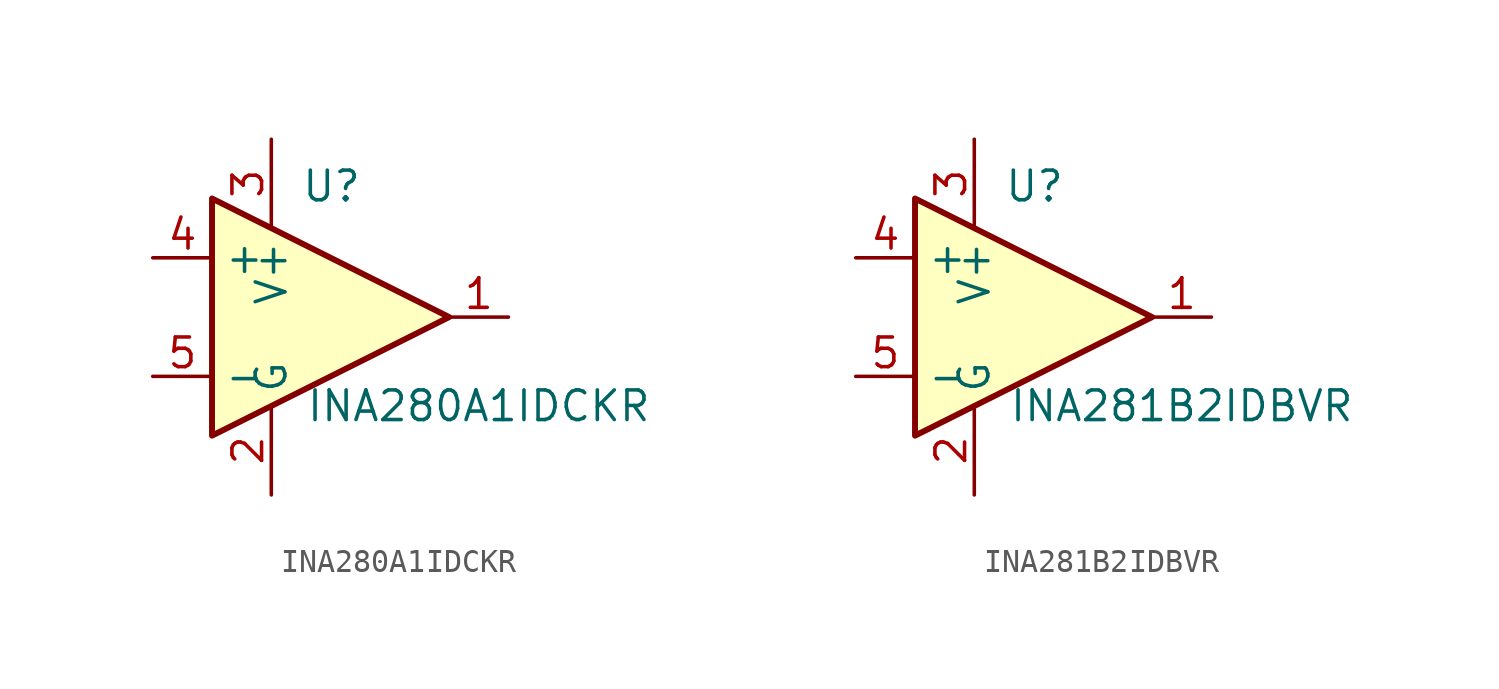
<source format=kicad_sym>
(kicad_symbol_lib
  (version 20220914)
  (generator kicad_symbol_editor)
  (symbol "INA280A1IDCKR"
    (property "Reference" "U"
      (at 1.27 6.35 0)
      (effects (font (size 1.27 1.27)) (justify left top)))
    (property "Value" "INA280A1IDCKR"
      (at 8.89 -3.81 0)
      (effects (font (size 1.27 1.27))))
    (symbol "INA280A1IDCKR_0_1"
      (polyline (pts (xy -2.54 5.08) (xy 7.62 0) (xy -2.54 -5.08) (xy -2.54 5.08)) (stroke (width 0.254) (type default)) (fill (type background))))
    (symbol "INA280A1IDCKR_1_1"
      (pin output line (at 10.16 0 180) (length 2.54) (name "~" (effects (font (size 1.27 1.27)))) (number "1" (effects (font (size 1.27 1.27)))))
      (pin power_in line (at 0 -7.62 90) (length 3.81) (name "G" (effects (font (size 1.27 1.27)))) (number "2" (effects (font (size 1.27 1.27)))))
      (pin power_in line (at 0 7.62 270) (length 3.81) (name "V+" (effects (font (size 1.27 1.27)))) (number "3" (effects (font (size 1.27 1.27)))))
      (pin input line (at -5.08 2.54 0) (length 2.54) (name "+" (effects (font (size 1.27 1.27)))) (number "4" (effects (font (size 1.27 1.27)))))
      (pin input line (at -5.08 -2.54 0) (length 2.54) (name "-" (effects (font (size 1.27 1.27)))) (number "5" (effects (font (size 1.27 1.27)))))))
  (symbol "INA281B2IDBVR"
    (property "Reference" "U"
      (at 1.27 6.35 0)
      (effects (font (size 1.27 1.27)) (justify left top)))
    (property "Value" "INA281B2IDBVR"
      (at 8.89 -3.81 0)
      (effects (font (size 1.27 1.27))))
    (symbol "INA281B2IDBVR_0_1"
      (polyline (pts (xy -2.54 5.08) (xy 7.62 0) (xy -2.54 -5.08) (xy -2.54 5.08)) (stroke (width 0.254) (type default)) (fill (type background))))
    (symbol "INA281B2IDBVR_1_1"
      (pin output line (at 10.16 0 180) (length 2.54) (name "~" (effects (font (size 1.27 1.27)))) (number "1" (effects (font (size 1.27 1.27)))))
      (pin power_in line (at 0 -7.62 90) (length 3.81) (name "G" (effects (font (size 1.27 1.27)))) (number "2" (effects (font (size 1.27 1.27)))))
      (pin power_in line (at 0 7.62 270) (length 3.81) (name "V+" (effects (font (size 1.27 1.27)))) (number "3" (effects (font (size 1.27 1.27)))))
      (pin input line (at -5.08 2.54 0) (length 2.54) (name "+" (effects (font (size 1.27 1.27)))) (number "4" (effects (font (size 1.27 1.27)))))
      (pin input line (at -5.08 -2.54 0) (length 2.54) (name "-" (effects (font (size 1.27 1.27)))) (number "5" (effects (font (size 1.27 1.27))))))))
</source>
